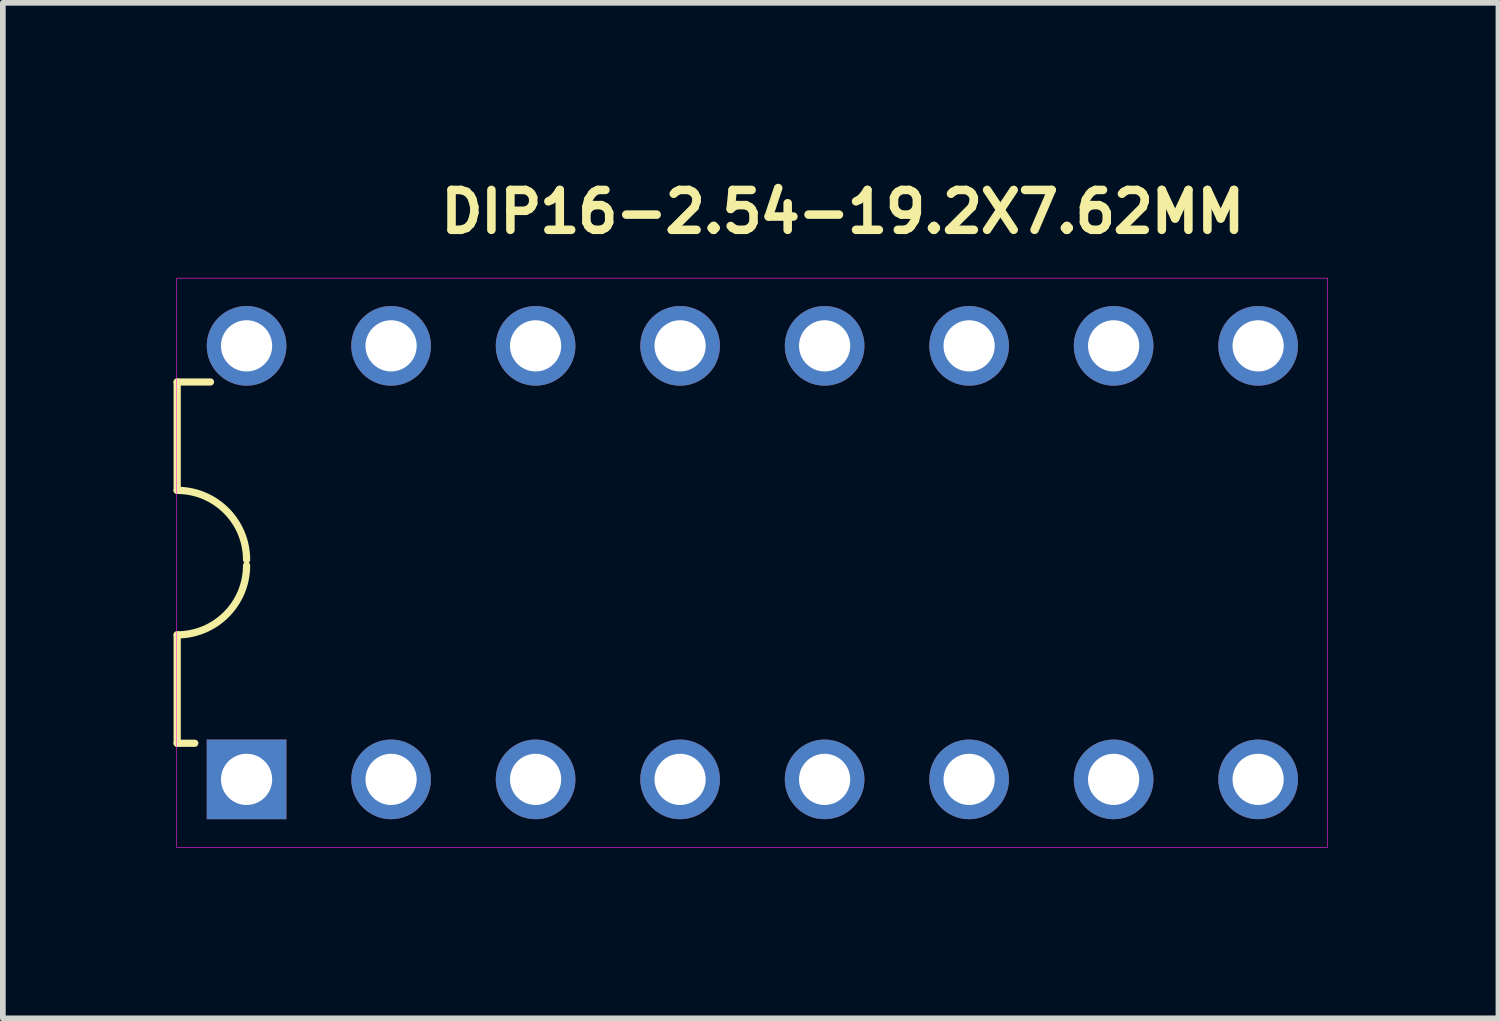
<source format=kicad_pcb>
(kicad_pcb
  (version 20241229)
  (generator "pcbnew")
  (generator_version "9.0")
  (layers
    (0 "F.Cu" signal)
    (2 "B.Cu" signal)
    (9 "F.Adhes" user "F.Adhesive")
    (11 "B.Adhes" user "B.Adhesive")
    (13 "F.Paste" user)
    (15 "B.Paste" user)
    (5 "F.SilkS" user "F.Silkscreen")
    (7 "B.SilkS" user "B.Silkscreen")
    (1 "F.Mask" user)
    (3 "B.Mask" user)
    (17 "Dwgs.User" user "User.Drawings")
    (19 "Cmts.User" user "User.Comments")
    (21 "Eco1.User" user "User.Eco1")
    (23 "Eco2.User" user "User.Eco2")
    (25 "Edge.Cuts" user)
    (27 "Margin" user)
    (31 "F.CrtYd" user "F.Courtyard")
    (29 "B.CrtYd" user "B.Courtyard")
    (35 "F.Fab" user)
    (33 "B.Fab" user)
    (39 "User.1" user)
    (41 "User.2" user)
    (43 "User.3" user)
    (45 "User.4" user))
  (footprint "DIP16-2.54-19.2X7.62MM"
    (layer "F.Cu")
    (at 10.174 6.839)
    (property "Reference" "DIP16-2.54-19.2X7.62MM" (at 1.589 -6.166 0) (layer "F.SilkS") (effects (font (size 0.701 0.701) (thickness 0.15))))
    (attr through_hole)
    (fp_line (start -10.11 -3.175) (end -9.525 -3.175) (stroke (width 0.127) (type solid)) (layer "F.SilkS"))
    (fp_line (start -10.11 -1.27) (end -10.11 -3.175) (stroke (width 0.127) (type solid)) (layer "F.SilkS"))
    (fp_line (start -10.11 3.175) (end -10.11 1.27) (stroke (width 0.127) (type solid)) (layer "F.SilkS"))
    (fp_line (start -10.11 3.175) (end -9.8 3.175) (stroke (width 0.127) (type solid)) (layer "F.SilkS"))
    (fp_arc (start -10.11 -1.27) (mid -9.24733 -0.91267) (end -8.89 -0.05) (stroke (width 0.127) (type solid)) (layer "F.SilkS"))
    (fp_arc (start -8.89 0.05) (mid -9.24733 0.91267) (end -10.11 1.27) (stroke (width 0.127) (type solid)) (layer "F.SilkS"))
    (fp_poly (pts (xy -10.12 -5) (xy 10.11 -5) (xy 10.11 5.005) (xy -10.12 5.005)) (stroke (width 0.01) (type solid)) (fill no) (layer "F.CrtYd"))
    (pad "1" thru_hole rect (at -8.89 3.81) (size 1.4 1.4) (drill 0.9) (layers "*.Cu" "*.Mask"))
    (pad "2" thru_hole circle (at -6.35 3.81) (size 1.4 1.4) (drill 0.9) (layers "*.Cu" "*.Mask"))
    (pad "3" thru_hole circle (at -3.81 3.81) (size 1.4 1.4) (drill 0.9) (layers "*.Cu" "*.Mask"))
    (pad "4" thru_hole circle (at -1.27 3.81) (size 1.4 1.4) (drill 0.9) (layers "*.Cu" "*.Mask"))
    (pad "5" thru_hole circle (at 1.27 3.81) (size 1.4 1.4) (drill 0.9) (layers "*.Cu" "*.Mask"))
    (pad "6" thru_hole circle (at 3.81 3.81) (size 1.4 1.4) (drill 0.9) (layers "*.Cu" "*.Mask"))
    (pad "7" thru_hole circle (at 6.35 3.81) (size 1.4 1.4) (drill 0.9) (layers "*.Cu" "*.Mask"))
    (pad "8" thru_hole circle (at 8.89 3.81) (size 1.4 1.4) (drill 0.9) (layers "*.Cu" "*.Mask"))
    (pad "9" thru_hole circle (at 8.89 -3.81) (size 1.4 1.4) (drill 0.9) (layers "*.Cu" "*.Mask"))
    (pad "10" thru_hole circle (at 6.35 -3.81) (size 1.4 1.4) (drill 0.9) (layers "*.Cu" "*.Mask"))
    (pad "11" thru_hole circle (at 3.81 -3.81) (size 1.4 1.4) (drill 0.9) (layers "*.Cu" "*.Mask"))
    (pad "12" thru_hole circle (at 1.27 -3.81) (size 1.4 1.4) (drill 0.9) (layers "*.Cu" "*.Mask"))
    (pad "13" thru_hole circle (at -1.27 -3.81) (size 1.4 1.4) (drill 0.9) (layers "*.Cu" "*.Mask"))
    (pad "14" thru_hole circle (at -3.81 -3.81) (size 1.4 1.4) (drill 0.9) (layers "*.Cu" "*.Mask"))
    (pad "15" thru_hole circle (at -6.35 -3.81) (size 1.4 1.4) (drill 0.9) (layers "*.Cu" "*.Mask"))
    (pad "16" thru_hole circle (at -8.89 -3.81) (size 1.4 1.4) (drill 0.9) (layers "*.Cu" "*.Mask")))
  (gr_rect
    (start -3 -3)
    (end 23.288 14.849)
    (stroke (width 0.1) (type default))
    (fill no)
    (layer "Edge.Cuts")))
</source>
